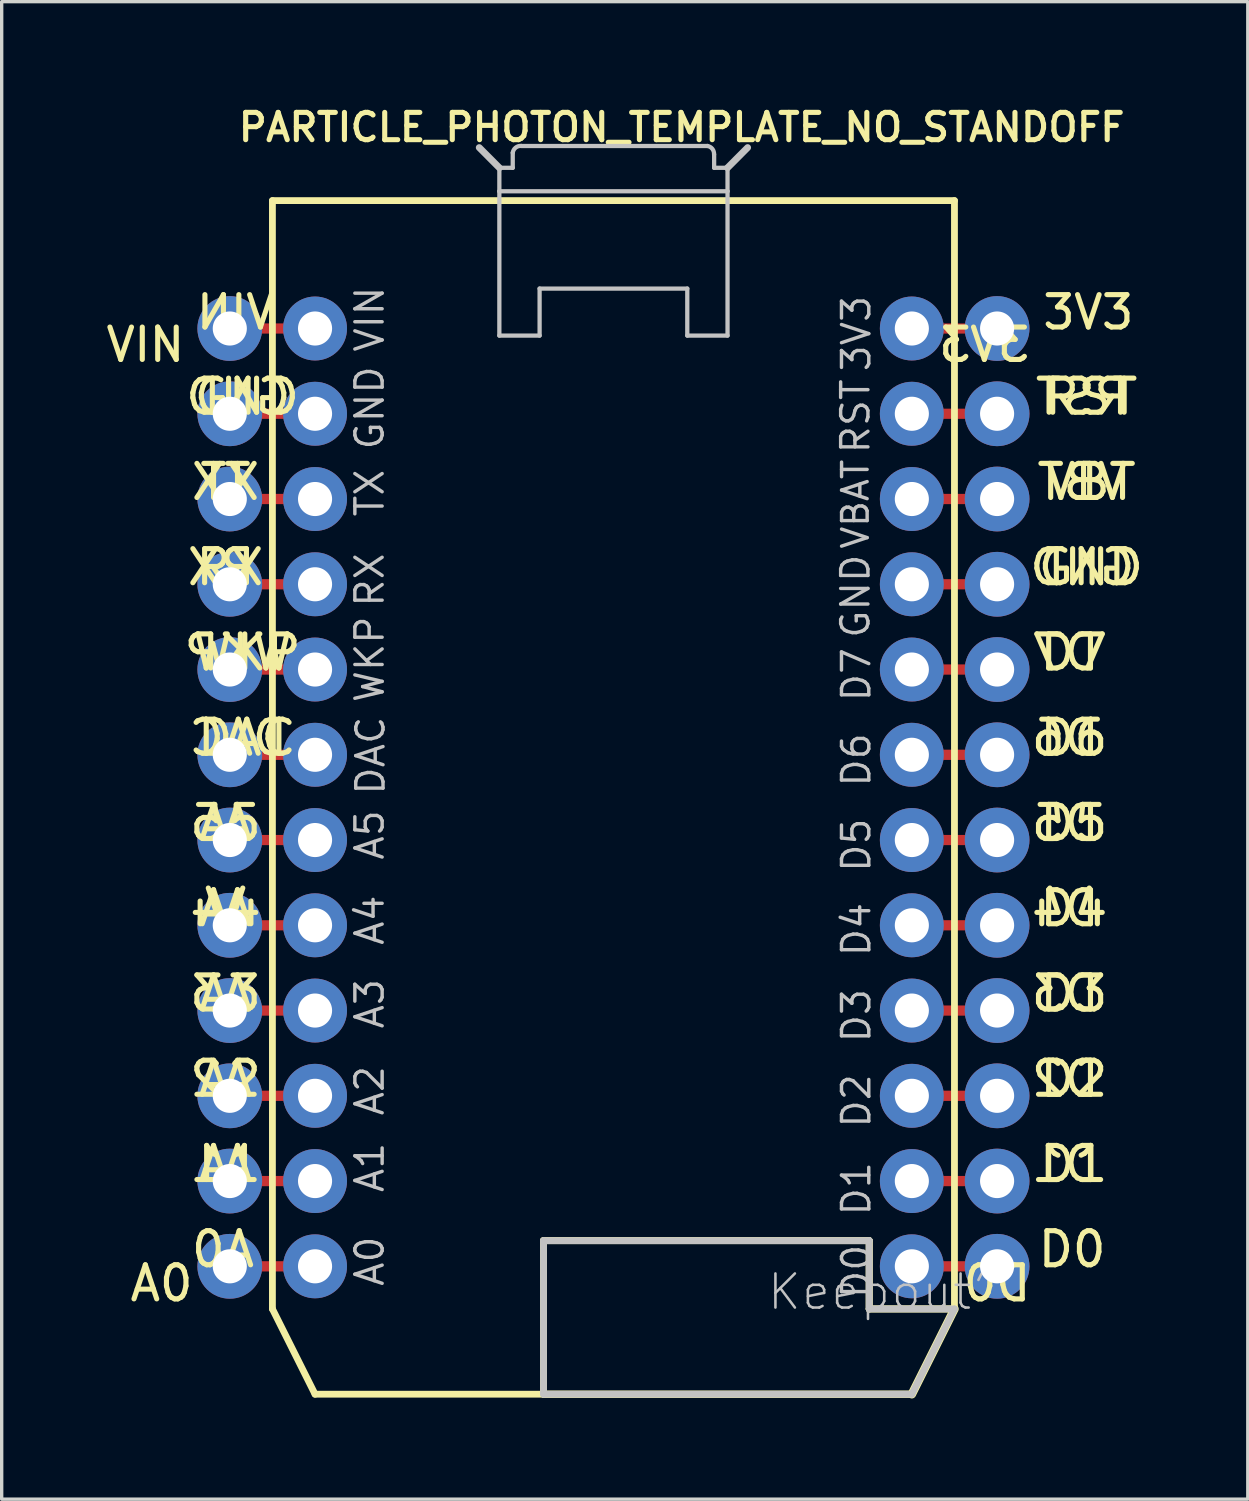
<source format=kicad_pcb>
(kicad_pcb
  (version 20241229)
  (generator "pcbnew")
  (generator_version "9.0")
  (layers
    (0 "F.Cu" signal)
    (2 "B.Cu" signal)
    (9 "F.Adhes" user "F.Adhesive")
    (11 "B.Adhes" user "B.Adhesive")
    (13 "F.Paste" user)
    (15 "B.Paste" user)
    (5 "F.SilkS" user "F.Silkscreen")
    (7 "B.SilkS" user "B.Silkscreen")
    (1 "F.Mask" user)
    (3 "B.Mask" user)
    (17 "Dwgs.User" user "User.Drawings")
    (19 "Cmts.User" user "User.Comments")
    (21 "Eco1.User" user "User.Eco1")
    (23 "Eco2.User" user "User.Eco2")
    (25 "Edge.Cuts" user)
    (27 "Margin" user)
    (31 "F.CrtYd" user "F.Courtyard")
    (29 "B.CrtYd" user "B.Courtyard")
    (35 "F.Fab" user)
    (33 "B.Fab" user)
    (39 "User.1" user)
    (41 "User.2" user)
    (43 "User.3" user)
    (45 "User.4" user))
  (footprint "PARTICLE_PHOTON_TEMPLATE_NO_STANDOFF"
    (layer "F.Cu")
    (at 15.226 19.437)
    (property "Reference" "PARTICLE_PHOTON_TEMPLATE_NO_STANDOFF" (at 2.032 -18.694 0) (layer "F.SilkS") (effects (font (size 0.813 0.813) (thickness 0.152))))
    (attr exclude_from_pos_files exclude_from_bom)
    (fp_line (start -11.43 -12.7) (end -8.89 -12.7) (stroke (width 0.305) (type solid)) (layer "F.Cu"))
    (fp_line (start -11.43 -7.62) (end -8.89 -7.62) (stroke (width 0.305) (type solid)) (layer "F.Cu"))
    (fp_line (start -11.43 -5.08) (end -8.89 -5.08) (stroke (width 0.305) (type solid)) (layer "F.Cu"))
    (fp_line (start -11.43 -2.54) (end -8.89 -2.54) (stroke (width 0.305) (type solid)) (layer "F.Cu"))
    (fp_line (start -11.43 0) (end -8.89 0) (stroke (width 0.305) (type solid)) (layer "F.Cu"))
    (fp_line (start -11.43 2.54) (end -8.89 2.54) (stroke (width 0.305) (type solid)) (layer "F.Cu"))
    (fp_line (start -11.43 5.08) (end -8.89 5.08) (stroke (width 0.305) (type solid)) (layer "F.Cu"))
    (fp_line (start -11.43 7.62) (end -8.89 7.62) (stroke (width 0.305) (type solid)) (layer "F.Cu"))
    (fp_line (start -11.43 10.16) (end -8.89 10.16) (stroke (width 0.305) (type solid)) (layer "F.Cu"))
    (fp_line (start -11.43 12.7) (end -8.89 12.7) (stroke (width 0.305) (type solid)) (layer "F.Cu"))
    (fp_line (start -11.43 15.24) (end -8.89 15.24) (stroke (width 0.305) (type solid)) (layer "F.Cu"))
    (fp_line (start -8.89 -10.16) (end -11.43 -10.16) (stroke (width 0.305) (type solid)) (layer "F.Cu"))
    (fp_line (start 8.89 -12.7) (end 11.43 -12.7) (stroke (width 0.305) (type solid)) (layer "F.Cu"))
    (fp_line (start 8.89 -10.16) (end 11.43 -10.16) (stroke (width 0.305) (type solid)) (layer "F.Cu"))
    (fp_line (start 8.89 -7.62) (end 11.43 -7.62) (stroke (width 0.305) (type solid)) (layer "F.Cu"))
    (fp_line (start 8.89 -5.08) (end 11.43 -5.08) (stroke (width 0.305) (type solid)) (layer "F.Cu"))
    (fp_line (start 8.89 -2.54) (end 11.43 -2.54) (stroke (width 0.305) (type solid)) (layer "F.Cu"))
    (fp_line (start 8.89 0) (end 11.43 0) (stroke (width 0.305) (type solid)) (layer "F.Cu"))
    (fp_line (start 8.89 2.54) (end 11.43 2.54) (stroke (width 0.305) (type solid)) (layer "F.Cu"))
    (fp_line (start 8.89 5.08) (end 11.43 5.08) (stroke (width 0.305) (type solid)) (layer "F.Cu"))
    (fp_line (start 8.89 7.62) (end 11.43 7.62) (stroke (width 0.305) (type solid)) (layer "F.Cu"))
    (fp_line (start 8.89 10.16) (end 11.43 10.16) (stroke (width 0.305) (type solid)) (layer "F.Cu"))
    (fp_line (start 8.89 12.7) (end 11.43 12.7) (stroke (width 0.305) (type solid)) (layer "F.Cu"))
    (fp_line (start 8.89 15.24) (end 11.43 15.24) (stroke (width 0.305) (type solid)) (layer "F.Cu"))
    (fp_line (start -10.16 -16.51) (end 10.16 -16.51) (stroke (width 0.203) (type solid)) (layer "F.SilkS"))
    (fp_line (start -10.16 16.51) (end -10.16 -16.51) (stroke (width 0.203) (type solid)) (layer "F.SilkS"))
    (fp_line (start -8.89 19.05) (end -10.16 16.51) (stroke (width 0.203) (type solid)) (layer "F.SilkS"))
    (fp_line (start -2.083 14.475) (end -2.083 19.05) (stroke (width 0.203) (type solid)) (layer "F.SilkS"))
    (fp_line (start -2.083 14.475) (end -2.083 19.05) (stroke (width 0.203) (type solid)) (layer "F.SilkS"))
    (fp_line (start -2.083 19.05) (end 8.89 19.05) (stroke (width 0.203) (type solid)) (layer "F.SilkS"))
    (fp_line (start -2.083 19.05) (end 8.89 19.05) (stroke (width 0.203) (type solid)) (layer "F.SilkS"))
    (fp_line (start 7.62 14.475) (end -2.083 14.475) (stroke (width 0.203) (type solid)) (layer "F.SilkS"))
    (fp_line (start 7.62 14.475) (end -2.083 14.475) (stroke (width 0.203) (type solid)) (layer "F.SilkS"))
    (fp_line (start 7.62 16.51) (end 7.62 14.475) (stroke (width 0.203) (type solid)) (layer "F.SilkS"))
    (fp_line (start 7.62 16.51) (end 7.62 14.475) (stroke (width 0.203) (type solid)) (layer "F.SilkS"))
    (fp_line (start 8.89 19.05) (end -8.89 19.05) (stroke (width 0.203) (type solid)) (layer "F.SilkS"))
    (fp_line (start 8.89 19.05) (end 10.16 16.51) (stroke (width 0.203) (type solid)) (layer "F.SilkS"))
    (fp_line (start 8.89 19.05) (end 10.16 16.51) (stroke (width 0.203) (type solid)) (layer "F.SilkS"))
    (fp_line (start 10.16 -16.51) (end 10.16 16.51) (stroke (width 0.203) (type solid)) (layer "F.SilkS"))
    (fp_line (start 10.16 16.51) (end 7.62 16.51) (stroke (width 0.203) (type solid)) (layer "F.SilkS"))
    (fp_line (start 10.16 16.51) (end 7.62 16.51) (stroke (width 0.203) (type solid)) (layer "F.SilkS"))
    (fp_line (start 10.16 16.51) (end 8.89 19.05) (stroke (width 0.254) (type solid)) (layer "F.SilkS"))
    (fp_line (start -3.399 -17.488) (end -3.998 -18.09) (stroke (width 0.203) (type solid)) (layer "Dwgs.User"))
    (fp_line (start -3.399 -16.789) (end -3.399 -17.488) (stroke (width 0.127) (type solid)) (layer "Dwgs.User"))
    (fp_line (start -3.399 -12.489) (end -3.399 -16.789) (stroke (width 0.127) (type solid)) (layer "Dwgs.User"))
    (fp_line (start -3.399 -12.489) (end -2.2 -12.489) (stroke (width 0.127) (type solid)) (layer "Dwgs.User"))
    (fp_line (start -3 -17.937) (end -3 -17.488) (stroke (width 0.127) (type solid)) (layer "Dwgs.User"))
    (fp_line (start -3 -17.488) (end -3.399 -17.488) (stroke (width 0.127) (type solid)) (layer "Dwgs.User"))
    (fp_line (start -2.2 -13.889) (end -2.2 -12.489) (stroke (width 0.127) (type solid)) (layer "Dwgs.User"))
    (fp_line (start -2.083 14.475) (end -2.083 19.05) (stroke (width 0.203) (type solid)) (layer "Dwgs.User"))
    (fp_line (start -2.083 19.05) (end 8.89 19.05) (stroke (width 0.203) (type solid)) (layer "Dwgs.User"))
    (fp_line (start 2.2 -13.889) (end -2.2 -13.889) (stroke (width 0.127) (type solid)) (layer "Dwgs.User"))
    (fp_line (start 2.2 -13.889) (end 2.2 -12.489) (stroke (width 0.127) (type solid)) (layer "Dwgs.User"))
    (fp_line (start 2.799 -18.138) (end -2.748 -18.138) (stroke (width 0.127) (type solid)) (layer "Dwgs.User"))
    (fp_line (start 3 -17.488) (end 3 -17.889) (stroke (width 0.127) (type solid)) (layer "Dwgs.User"))
    (fp_line (start 3.399 -17.488) (end 3 -17.488) (stroke (width 0.127) (type solid)) (layer "Dwgs.User"))
    (fp_line (start 3.399 -17.488) (end 3.399 -16.789) (stroke (width 0.127) (type solid)) (layer "Dwgs.User"))
    (fp_line (start 3.399 -17.488) (end 3.998 -18.09) (stroke (width 0.203) (type solid)) (layer "Dwgs.User"))
    (fp_line (start 3.399 -16.789) (end -3.399 -16.789) (stroke (width 0.127) (type solid)) (layer "Dwgs.User"))
    (fp_line (start 3.399 -16.789) (end 3.399 -12.489) (stroke (width 0.127) (type solid)) (layer "Dwgs.User"))
    (fp_line (start 3.399 -12.489) (end 2.2 -12.489) (stroke (width 0.127) (type solid)) (layer "Dwgs.User"))
    (fp_line (start 7.62 14.475) (end -2.083 14.475) (stroke (width 0.203) (type solid)) (layer "Dwgs.User"))
    (fp_line (start 7.62 16.51) (end 7.62 14.475) (stroke (width 0.203) (type solid)) (layer "Dwgs.User"))
    (fp_line (start 10.16 16.51) (end 7.62 16.51) (stroke (width 0.203) (type solid)) (layer "Dwgs.User"))
    (fp_line (start 10.16 16.51) (end 8.89 19.05) (stroke (width 0.203) (type solid)) (layer "Dwgs.User"))
    (fp_arc (start -2.99974 -17.93748) (mid -2.914465 -18.087069) (end -2.750764 -18.140461) (stroke (width 0.127) (type solid)) (layer "Dwgs.User"))
    (fp_arc (start 2.79908 -18.13814) (mid 2.946301 -18.051817) (end 2.997236 -17.888933) (stroke (width 0.127) (type solid)) (layer "Dwgs.User"))
    (fp_text user "D7" (at 13.716 -3.048 0) (layer "F.SilkS") (effects (font (size 1.016 1.016) (thickness 0.152))))
    (fp_text user "RST" (at 13.97 -10.668 0) (layer "F.SilkS") (effects (font (size 1.016 1.016) (thickness 0.152)) (justify mirror)))
    (fp_text user "A4" (at -11.684 4.572 0) (layer "F.SilkS") (effects (font (size 1.016 1.016) (thickness 0.152)) (justify mirror)))
    (fp_text user "D1" (at 13.716 12.192 0) (layer "F.SilkS") (effects (font (size 1.016 1.016) (thickness 0.152))))
    (fp_text user "A3" (at -11.43 7.112 0) (layer "F.SilkS") (effects (font (size 1.016 1.016) (thickness 0.152))))
    (fp_text user "D5" (at 13.716 2.032 0) (layer "F.SilkS") (effects (font (size 1.016 1.016) (thickness 0.152))))
    (fp_text user "D3" (at 13.716 7.112 0) (layer "F.SilkS") (effects (font (size 1.016 1.016) (thickness 0.152))))
    (fp_text user "GND" (at 14.224 -5.588 0) (layer "F.SilkS") (effects (font (size 1.016 1.016) (thickness 0.152))))
    (fp_text user "D5" (at 13.462 2.032 0) (layer "F.SilkS") (effects (font (size 1.016 1.016) (thickness 0.152)) (justify mirror)))
    (fp_text user "D6" (at 13.462 -0.508 0) (layer "F.SilkS") (effects (font (size 1.016 1.016) (thickness 0.152)) (justify mirror)))
    (fp_text user "A2" (at -11.43 9.652 0) (layer "F.SilkS") (effects (font (size 1.016 1.016) (thickness 0.152))))
    (fp_text user "TX" (at -11.43 -8.128 0) (layer "F.SilkS") (effects (font (size 1.016 1.016) (thickness 0.152))))
    (fp_text user "A3" (at -11.684 7.112 0) (layer "F.SilkS") (effects (font (size 1.016 1.016) (thickness 0.152)) (justify mirror)))
    (fp_text user "TX" (at -11.684 -8.128 0) (layer "F.SilkS") (effects (font (size 1.016 1.016) (thickness 0.152)) (justify mirror)))
    (fp_text user "VBT" (at 13.97 -8.128 0) (layer "F.SilkS") (effects (font (size 1.016 1.016) (thickness 0.152)) (justify mirror)))
    (fp_text user "GND" (at -11.176 -10.668 0) (layer "F.SilkS") (effects (font (size 1.016 1.016) (thickness 0.152)) (justify mirror)))
    (fp_text user "DAC" (at -10.922 -0.508 0) (layer "F.SilkS") (effects (font (size 1.016 1.016) (thickness 0.152))))
    (fp_text user "VBT" (at 14.224 -8.128 0) (layer "F.SilkS") (effects (font (size 1.016 1.016) (thickness 0.152))))
    (fp_text user "D6" (at 13.716 -0.508 0) (layer "F.SilkS") (effects (font (size 1.016 1.016) (thickness 0.152))))
    (fp_text user "RX" (at -11.684 -5.588 0) (layer "F.SilkS") (effects (font (size 1.016 1.016) (thickness 0.152)) (justify mirror)))
    (fp_text user "A4" (at -11.43 4.572 0) (layer "F.SilkS") (effects (font (size 1.016 1.016) (thickness 0.152))))
    (fp_text user "A0" (at -13.462 15.748 180) (layer "F.SilkS") (effects (font (size 1.016 1.016) (thickness 0.152))))
    (fp_text user "RX" (at -11.43 -5.588 0) (layer "F.SilkS") (effects (font (size 1.016 1.016) (thickness 0.152))))
    (fp_text user "WKP" (at -11.176 -3.048 0) (layer "F.SilkS") (effects (font (size 1.016 1.016) (thickness 0.152)) (justify mirror)))
    (fp_text user "A5" (at -11.43 2.032 0) (layer "F.SilkS") (effects (font (size 1.016 1.016) (thickness 0.152))))
    (fp_text user "3V3" (at 14.148 -13.183 0) (layer "F.SilkS") (effects (font (size 0.965 0.965) (thickness 0.152))))
    (fp_text user "D0" (at 13.665 14.732 0) (layer "F.SilkS") (effects (font (size 1.016 1.016) (thickness 0.152))))
    (fp_text user "GND" (at 13.97 -5.588 0) (layer "F.SilkS") (effects (font (size 1.016 1.016) (thickness 0.152)) (justify mirror)))
    (fp_text user "VIN" (at -13.945 -12.217 180) (layer "F.SilkS") (effects (font (size 0.965 0.965) (thickness 0.152))))
    (fp_text user "A1" (at -11.684 12.192 0) (layer "F.SilkS") (effects (font (size 1.016 1.016) (thickness 0.152)) (justify mirror)))
    (fp_text user "D7" (at 13.462 -3.048 0) (layer "F.SilkS") (effects (font (size 1.016 1.016) (thickness 0.152)) (justify mirror)))
    (fp_text user "A2" (at -11.684 9.652 0) (layer "F.SilkS") (effects (font (size 1.016 1.016) (thickness 0.152)) (justify mirror)))
    (fp_text user "D2" (at 13.716 9.652 0) (layer "F.SilkS") (effects (font (size 1.016 1.016) (thickness 0.152))))
    (fp_text user "WKP" (at -10.922 -3.048 0) (layer "F.SilkS") (effects (font (size 1.016 1.016) (thickness 0.152))))
    (fp_text user "A5" (at -11.684 2.032 0) (layer "F.SilkS") (effects (font (size 1.016 1.016) (thickness 0.152)) (justify mirror)))
    (fp_text user "D4" (at 13.716 4.572 0) (layer "F.SilkS") (effects (font (size 1.016 1.016) (thickness 0.152))))
    (fp_text user "D2" (at 13.462 9.652 0) (layer "F.SilkS") (effects (font (size 1.016 1.016) (thickness 0.152)) (justify mirror)))
    (fp_text user "A1" (at -11.43 12.192 0) (layer "F.SilkS") (effects (font (size 1.016 1.016) (thickness 0.152))))
    (fp_text user "3V3" (at 11.049 -12.217 180) (layer "F.SilkS") (effects (font (size 0.965 0.965) (thickness 0.152)) (justify mirror)))
    (fp_text user "VIN" (at -11.252 -13.183 0) (layer "F.SilkS") (effects (font (size 0.965 0.965) (thickness 0.152)) (justify mirror)))
    (fp_text user "A0" (at -11.633 14.732 0) (layer "F.SilkS") (effects (font (size 1.016 1.016) (thickness 0.152)) (justify mirror)))
    (fp_text user "D4" (at 13.462 4.572 0) (layer "F.SilkS") (effects (font (size 1.016 1.016) (thickness 0.152)) (justify mirror)))
    (fp_text user "D3" (at 13.462 7.112 0) (layer "F.SilkS") (effects (font (size 1.016 1.016) (thickness 0.152)) (justify mirror)))
    (fp_text user "DAC" (at -11.176 -0.508 0) (layer "F.SilkS") (effects (font (size 1.016 1.016) (thickness 0.152)) (justify mirror)))
    (fp_text user "D1" (at 13.462 12.192 0) (layer "F.SilkS") (effects (font (size 1.016 1.016) (thickness 0.152)) (justify mirror)))
    (fp_text user "D0" (at 11.43 15.748 180) (layer "F.SilkS") (effects (font (size 1.016 1.016) (thickness 0.152)) (justify mirror)))
    (fp_text user "GND" (at -10.922 -10.668 0) (layer "F.SilkS") (effects (font (size 1.016 1.016) (thickness 0.152))))
    (fp_text user "RST" (at 14.224 -10.668 0) (layer "F.SilkS") (effects (font (size 1.016 1.016) (thickness 0.152))))
    (fp_text user "DAC" (at -7.236 0.025 90) (layer "Dwgs.User") (effects (font (size 0.813 0.813) (thickness 0.102))))
    (fp_text user "GND" (at -7.262 -10.335 90) (layer "Dwgs.User") (effects (font (size 0.813 0.813) (thickness 0.102))))
    (fp_text user "WKP" (at -7.262 -2.845 90) (layer "Dwgs.User") (effects (font (size 0.813 0.813) (thickness 0.102))))
    (fp_text user "GND" (at 7.211 -4.724 270) (layer "Dwgs.User") (effects (font (size 0.813 0.813) (thickness 0.102))))
    (fp_text user "A3" (at -7.262 7.417 90) (layer "Dwgs.User") (effects (font (size 0.813 0.813) (thickness 0.102))))
    (fp_text user "D0" (at 7.236 15.392 270) (layer "Dwgs.User") (effects (font (size 0.813 0.813) (thickness 0.102))))
    (fp_text user "D4" (at 7.236 5.207 270) (layer "Dwgs.User") (effects (font (size 0.813 0.813) (thickness 0.102))))
    (fp_text user "VBAT" (at 7.211 -7.468 270) (layer "Dwgs.User") (effects (font (size 0.762 0.762) (thickness 0.102))))
    (fp_text user "A4" (at -7.262 4.928 90) (layer "Dwgs.User") (effects (font (size 0.813 0.813) (thickness 0.102))))
    (fp_text user "D6" (at 7.236 0.152 270) (layer "Dwgs.User") (effects (font (size 0.813 0.813) (thickness 0.102))))
    (fp_text user "D5" (at 7.236 2.692 270) (layer "Dwgs.User") (effects (font (size 0.813 0.813) (thickness 0.102))))
    (fp_text user "A0" (at -7.262 15.088 90) (layer "Dwgs.User") (effects (font (size 0.813 0.813) (thickness 0.102))))
    (fp_text user "Keepout'" (at 7.874 16.002 0) (layer "Dwgs.User") (effects (font (size 1.016 1.016) (thickness 0.076))))
    (fp_text user "A1" (at -7.262 12.294 90) (layer "Dwgs.User") (effects (font (size 0.813 0.813) (thickness 0.102))))
    (fp_text user "D2" (at 7.236 10.312 270) (layer "Dwgs.User") (effects (font (size 0.813 0.813) (thickness 0.102))))
    (fp_text user "A5" (at -7.262 2.388 90) (layer "Dwgs.User") (effects (font (size 0.813 0.813) (thickness 0.102))))
    (fp_text user "A2" (at -7.262 10.008 90) (layer "Dwgs.User") (effects (font (size 0.813 0.813) (thickness 0.102))))
    (fp_text user "RX" (at -7.262 -5.207 90) (layer "Dwgs.User") (effects (font (size 0.813 0.813) (thickness 0.102))))
    (fp_text user "TX" (at -7.262 -7.798 90) (layer "Dwgs.User") (effects (font (size 0.813 0.813) (thickness 0.102))))
    (fp_text user "3V3" (at 7.236 -12.548 270) (layer "Dwgs.User") (effects (font (size 0.813 0.813) (thickness 0.102))))
    (fp_text user "D3" (at 7.236 7.772 270) (layer "Dwgs.User") (effects (font (size 0.813 0.813) (thickness 0.102))))
    (fp_text user "VIN" (at -7.262 -12.979 90) (layer "Dwgs.User") (effects (font (size 0.813 0.813) (thickness 0.102))))
    (fp_text user "D1" (at 7.236 12.929 270) (layer "Dwgs.User") (effects (font (size 0.813 0.813) (thickness 0.102))))
    (fp_text user "RST" (at 7.211 -10.084 270) (layer "Dwgs.User") (effects (font (size 0.813 0.813) (thickness 0.102))))
    (fp_text user "D7" (at 7.236 -2.388 270) (layer "Dwgs.User") (effects (font (size 0.813 0.813) (thickness 0.102))))
    (pad "1" thru_hole circle (at -8.89 -12.7) (size 1.905 1.905) (drill 1.016) (layers "*.Cu" "*.Paste" "*.Mask"))
    (pad "2" thru_hole circle (at -8.89 -10.16) (size 1.905 1.905) (drill 1.016) (layers "*.Cu" "*.Paste" "*.Mask"))
    (pad "3" thru_hole circle (at -8.89 -7.62) (size 1.905 1.905) (drill 1.016) (layers "*.Cu" "*.Paste" "*.Mask"))
    (pad "3V3" thru_hole circle (at 11.43 -12.7) (size 1.93 1.93) (drill 1.016) (layers "*.Cu" "*.Paste" "*.Mask"))
    (pad "4" thru_hole circle (at -8.89 -5.08) (size 1.905 1.905) (drill 1.016) (layers "*.Cu" "*.Paste" "*.Mask"))
    (pad "5" thru_hole circle (at -8.89 -2.54) (size 1.905 1.905) (drill 1.016) (layers "*.Cu" "*.Paste" "*.Mask"))
    (pad "6" thru_hole circle (at -8.89 0) (size 1.905 1.905) (drill 1.016) (layers "*.Cu" "*.Paste" "*.Mask"))
    (pad "7" thru_hole circle (at -8.89 2.54) (size 1.905 1.905) (drill 1.016) (layers "*.Cu" "*.Paste" "*.Mask"))
    (pad "8" thru_hole circle (at -8.89 5.08) (size 1.905 1.905) (drill 1.016) (layers "*.Cu" "*.Paste" "*.Mask"))
    (pad "9" thru_hole circle (at -8.89 7.62) (size 1.905 1.905) (drill 1.016) (layers "*.Cu" "*.Paste" "*.Mask"))
    (pad "10" thru_hole circle (at -8.89 10.16) (size 1.905 1.905) (drill 1.016) (layers "*.Cu" "*.Paste" "*.Mask"))
    (pad "11" thru_hole circle (at -8.89 12.7) (size 1.905 1.905) (drill 1.016) (layers "*.Cu" "*.Paste" "*.Mask"))
    (pad "12" thru_hole circle (at -8.89 15.24) (size 1.905 1.905) (drill 1.016) (layers "*.Cu" "*.Paste" "*.Mask"))
    (pad "13" thru_hole circle (at 8.89 15.24) (size 1.905 1.905) (drill 1.016) (layers "*.Cu" "*.Paste" "*.Mask"))
    (pad "14" thru_hole circle (at 8.89 12.7) (size 1.905 1.905) (drill 1.016) (layers "*.Cu" "*.Paste" "*.Mask"))
    (pad "15" thru_hole circle (at 8.89 10.16) (size 1.905 1.905) (drill 1.016) (layers "*.Cu" "*.Paste" "*.Mask"))
    (pad "16" thru_hole circle (at 8.89 7.62) (size 1.905 1.905) (drill 1.016) (layers "*.Cu" "*.Paste" "*.Mask"))
    (pad "17" thru_hole circle (at 8.89 5.08) (size 1.905 1.905) (drill 1.016) (layers "*.Cu" "*.Paste" "*.Mask"))
    (pad "18" thru_hole circle (at 8.89 2.54) (size 1.905 1.905) (drill 1.016) (layers "*.Cu" "*.Paste" "*.Mask"))
    (pad "19" thru_hole circle (at 8.89 0) (size 1.905 1.905) (drill 1.016) (layers "*.Cu" "*.Paste" "*.Mask"))
    (pad "20" thru_hole circle (at 8.89 -2.54) (size 1.905 1.905) (drill 1.016) (layers "*.Cu" "*.Paste" "*.Mask"))
    (pad "21" thru_hole circle (at 8.89 -5.08) (size 1.905 1.905) (drill 1.016) (layers "*.Cu" "*.Paste" "*.Mask"))
    (pad "22" thru_hole circle (at 8.89 -7.62) (size 1.905 1.905) (drill 1.016) (layers "*.Cu" "*.Paste" "*.Mask"))
    (pad "23" thru_hole circle (at 8.89 -10.16) (size 1.905 1.905) (drill 1.016) (layers "*.Cu" "*.Paste" "*.Mask"))
    (pad "24" thru_hole circle (at 8.89 -12.7) (size 1.905 1.905) (drill 1.016) (layers "*.Cu" "*.Paste" "*.Mask"))
    (pad "A0" thru_hole circle (at -11.43 15.24) (size 1.93 1.93) (drill 1.016) (layers "*.Cu" "*.Paste" "*.Mask"))
    (pad "A1" thru_hole circle (at -11.43 12.7) (size 1.93 1.93) (drill 1.016) (layers "*.Cu" "*.Paste" "*.Mask"))
    (pad "A2" thru_hole circle (at -11.43 10.16) (size 1.93 1.93) (drill 1.016) (layers "*.Cu" "*.Paste" "*.Mask"))
    (pad "A3" thru_hole circle (at -11.43 7.62) (size 1.93 1.93) (drill 1.016) (layers "*.Cu" "*.Paste" "*.Mask"))
    (pad "A4" thru_hole circle (at -11.43 5.08) (size 1.93 1.93) (drill 1.016) (layers "*.Cu" "*.Paste" "*.Mask"))
    (pad "A5" thru_hole circle (at -11.43 2.54) (size 1.93 1.93) (drill 1.016) (layers "*.Cu" "*.Paste" "*.Mask"))
    (pad "D0" thru_hole circle (at 11.43 15.24) (size 1.93 1.93) (drill 1.016) (layers "*.Cu" "*.Paste" "*.Mask"))
    (pad "D1" thru_hole circle (at 11.43 12.7) (size 1.93 1.93) (drill 1.016) (layers "*.Cu" "*.Paste" "*.Mask"))
    (pad "D2" thru_hole circle (at 11.43 10.16) (size 1.93 1.93) (drill 1.016) (layers "*.Cu" "*.Paste" "*.Mask"))
    (pad "D3" thru_hole circle (at 11.43 7.62) (size 1.93 1.93) (drill 1.016) (layers "*.Cu" "*.Paste" "*.Mask"))
    (pad "D4" thru_hole circle (at 11.43 5.08) (size 1.93 1.93) (drill 1.016) (layers "*.Cu" "*.Paste" "*.Mask"))
    (pad "D5" thru_hole circle (at 11.43 2.54) (size 1.93 1.93) (drill 1.016) (layers "*.Cu" "*.Paste" "*.Mask"))
    (pad "D6" thru_hole circle (at 11.43 0) (size 1.93 1.93) (drill 1.016) (layers "*.Cu" "*.Paste" "*.Mask"))
    (pad "D7" thru_hole circle (at 11.43 -2.54) (size 1.93 1.93) (drill 1.016) (layers "*.Cu" "*.Paste" "*.Mask"))
    (pad "DAC" thru_hole circle (at -11.43 0) (size 1.93 1.93) (drill 1.016) (layers "*.Cu" "*.Paste" "*.Mask"))
    (pad "GND@" thru_hole circle (at -11.43 -10.16) (size 1.93 1.93) (drill 1.016) (layers "*.Cu" "*.Paste" "*.Mask"))
    (pad "GND@" thru_hole circle (at 11.43 -5.08) (size 1.93 1.93) (drill 1.016) (layers "*.Cu" "*.Paste" "*.Mask"))
    (pad "RST" thru_hole circle (at 11.43 -10.16) (size 1.93 1.93) (drill 1.016) (layers "*.Cu" "*.Paste" "*.Mask"))
    (pad "RX" thru_hole circle (at -11.43 -5.08) (size 1.93 1.93) (drill 1.016) (layers "*.Cu" "*.Paste" "*.Mask"))
    (pad "TX" thru_hole circle (at -11.43 -7.62) (size 1.93 1.93) (drill 1.016) (layers "*.Cu" "*.Paste" "*.Mask"))
    (pad "VBAT" thru_hole circle (at 11.43 -7.62) (size 1.93 1.93) (drill 1.016) (layers "*.Cu" "*.Paste" "*.Mask"))
    (pad "VIN" thru_hole circle (at -11.43 -12.7) (size 1.93 1.93) (drill 1.016) (layers "*.Cu" "*.Paste" "*.Mask"))
    (pad "WKP" thru_hole circle (at -11.43 -2.54) (size 1.93 1.93) (drill 1.016) (layers "*.Cu" "*.Paste" "*.Mask")))
  (gr_rect
    (start -3 -3)
    (end 34.125 41.614)
    (stroke (width 0.1) (type default))
    (fill no)
    (layer "Edge.Cuts")))
</source>
